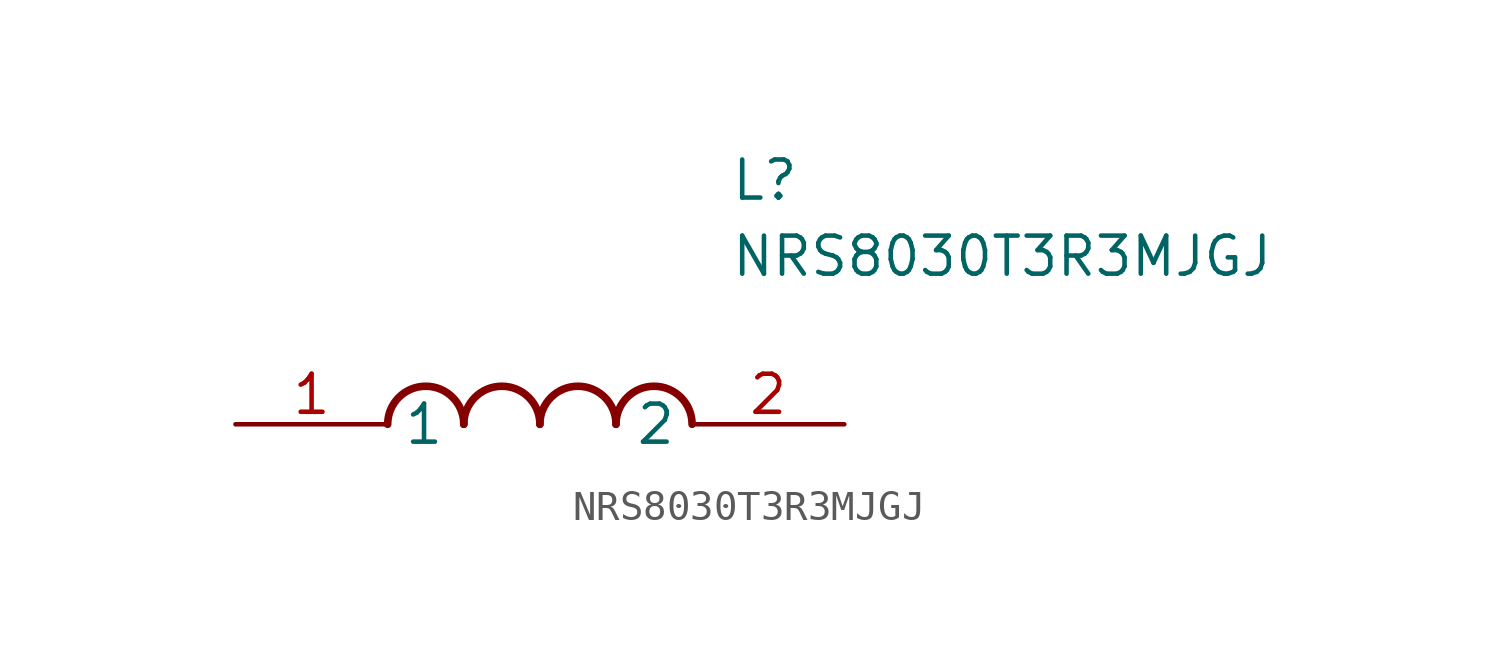
<source format=kicad_sym>
(kicad_symbol_lib
  (version 20241209)
  (generator "kicad_symbol_editor")
  (generator_version "9.0")
  (symbol "NRS8030T3R3MJGJ"
    (property "Reference" "L"
      (at 16.51 7.62 0)
      (effects (font (size 1.27 1.27)) (justify left top)))
    (property "Value" "NRS8030T3R3MJGJ"
      (at 16.51 5.08 0)
      (effects (font (size 1.27 1.27)) (justify left top)))
    (symbol "NRS8030T3R3MJGJ_1_1"
      (arc (start 5.08 -1.27) (mid 6.35 0) (end 7.62 -1.27) (stroke (width 0.254) (type default)) (fill (type none)))
      (arc (start 7.62 -1.27) (mid 8.89 0) (end 10.16 -1.27) (stroke (width 0.254) (type default)) (fill (type none)))
      (arc (start 10.16 -1.27) (mid 11.43 0) (end 12.7 -1.27) (stroke (width 0.254) (type default)) (fill (type none)))
      (arc (start 12.7 -1.27) (mid 13.97 0) (end 15.24 -1.27) (stroke (width 0.254) (type default)) (fill (type none)))
      (pin passive line (at 0 -1.27 0) (length 5.08) (name "1" (effects (font (size 1.27 1.27)))) (number "1" (effects (font (size 1.27 1.27)))))
      (pin passive line (at 20.32 -1.27 180) (length 5.08) (name "2" (effects (font (size 1.27 1.27)))) (number "2" (effects (font (size 1.27 1.27))))))))
</source>
